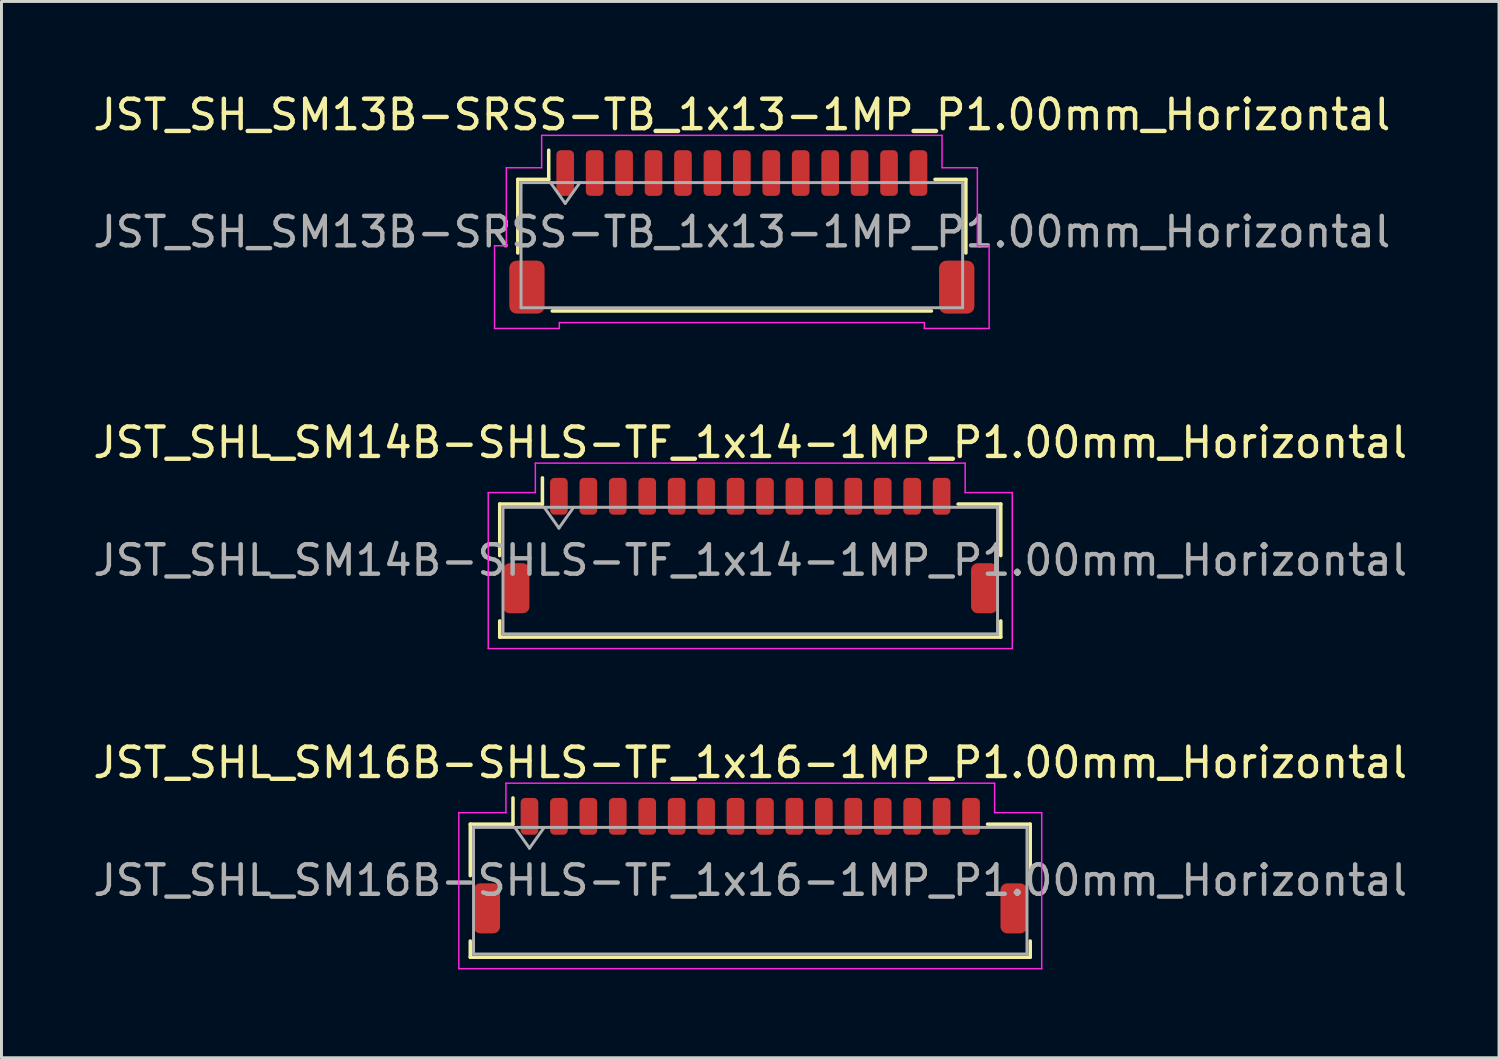
<source format=kicad_pcb>
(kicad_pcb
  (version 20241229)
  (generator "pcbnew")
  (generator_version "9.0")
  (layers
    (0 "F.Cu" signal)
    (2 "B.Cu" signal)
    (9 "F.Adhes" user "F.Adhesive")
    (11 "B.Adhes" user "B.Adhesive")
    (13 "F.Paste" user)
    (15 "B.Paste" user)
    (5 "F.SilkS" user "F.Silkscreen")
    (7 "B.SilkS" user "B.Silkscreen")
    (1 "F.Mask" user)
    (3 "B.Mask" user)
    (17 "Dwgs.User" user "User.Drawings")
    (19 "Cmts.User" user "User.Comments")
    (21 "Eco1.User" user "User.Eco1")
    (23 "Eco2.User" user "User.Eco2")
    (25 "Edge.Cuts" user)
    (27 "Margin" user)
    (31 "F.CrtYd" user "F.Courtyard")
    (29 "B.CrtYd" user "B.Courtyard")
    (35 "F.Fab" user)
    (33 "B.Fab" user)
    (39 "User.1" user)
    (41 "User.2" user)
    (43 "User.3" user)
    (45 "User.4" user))
  (footprint "JST_SH_SM13B-SRSS-TB_1x13-1MP_P1.00mm_Horizontal"
    (layer "F.Cu")
    (at 22.149 4.828)
    (property "Reference" "JST_SH_SM13B-SRSS-TB_1x13-1MP_P1.00mm_Horizontal" (at 0 -3.98 0) (layer "F.SilkS") (effects (font (size 1 1) (thickness 0.15))))
    (attr smd)
    (fp_line (start -7.61 -1.785) (end -6.56 -1.785) (stroke (width 0.12) (type solid)) (layer "F.SilkS"))
    (fp_line (start -7.61 0.715) (end -7.61 -1.785) (stroke (width 0.12) (type solid)) (layer "F.SilkS"))
    (fp_line (start -6.56 -1.785) (end -6.56 -2.775) (stroke (width 0.12) (type solid)) (layer "F.SilkS"))
    (fp_line (start -6.44 2.685) (end 6.44 2.685) (stroke (width 0.12) (type solid)) (layer "F.SilkS"))
    (fp_line (start 7.61 -1.785) (end 6.56 -1.785) (stroke (width 0.12) (type solid)) (layer "F.SilkS"))
    (fp_line (start 7.61 0.715) (end 7.61 -1.785) (stroke (width 0.12) (type solid)) (layer "F.SilkS"))
    (fp_line (start -8.4 0.47) (end -8 0.47) (stroke (width 0.05) (type solid)) (layer "F.CrtYd"))
    (fp_line (start -8.4 3.28) (end -8.4 0.47) (stroke (width 0.05) (type solid)) (layer "F.CrtYd"))
    (fp_line (start -8 -2.18) (end -6.8 -2.18) (stroke (width 0.05) (type solid)) (layer "F.CrtYd"))
    (fp_line (start -8 0.47) (end -8 -2.18) (stroke (width 0.05) (type solid)) (layer "F.CrtYd"))
    (fp_line (start -6.8 -3.28) (end 6.8 -3.28) (stroke (width 0.05) (type solid)) (layer "F.CrtYd"))
    (fp_line (start -6.8 -2.18) (end -6.8 -3.28) (stroke (width 0.05) (type solid)) (layer "F.CrtYd"))
    (fp_line (start -6.2 3.08) (end -6.2 3.28) (stroke (width 0.05) (type solid)) (layer "F.CrtYd"))
    (fp_line (start -6.2 3.28) (end -8.4 3.28) (stroke (width 0.05) (type solid)) (layer "F.CrtYd"))
    (fp_line (start 6.2 3.08) (end -6.2 3.08) (stroke (width 0.05) (type solid)) (layer "F.CrtYd"))
    (fp_line (start 6.2 3.28) (end 6.2 3.08) (stroke (width 0.05) (type solid)) (layer "F.CrtYd"))
    (fp_line (start 6.8 -3.28) (end 6.8 -2.18) (stroke (width 0.05) (type solid)) (layer "F.CrtYd"))
    (fp_line (start 6.8 -2.18) (end 8 -2.18) (stroke (width 0.05) (type solid)) (layer "F.CrtYd"))
    (fp_line (start 8 -2.18) (end 8 0.47) (stroke (width 0.05) (type solid)) (layer "F.CrtYd"))
    (fp_line (start 8 0.47) (end 8.4 0.47) (stroke (width 0.05) (type solid)) (layer "F.CrtYd"))
    (fp_line (start 8.4 0.47) (end 8.4 3.28) (stroke (width 0.05) (type solid)) (layer "F.CrtYd"))
    (fp_line (start 8.4 3.28) (end 6.2 3.28) (stroke (width 0.05) (type solid)) (layer "F.CrtYd"))
    (fp_line (start -7.5 -1.675) (end -7.5 2.575) (stroke (width 0.1) (type solid)) (layer "F.Fab"))
    (fp_line (start -7.5 -1.675) (end 7.5 -1.675) (stroke (width 0.1) (type solid)) (layer "F.Fab"))
    (fp_line (start -7.5 2.575) (end 7.5 2.575) (stroke (width 0.1) (type solid)) (layer "F.Fab"))
    (fp_line (start -6.5 -1.675) (end -6 -0.968) (stroke (width 0.1) (type solid)) (layer "F.Fab"))
    (fp_line (start -6 -0.968) (end -5.5 -1.675) (stroke (width 0.1) (type solid)) (layer "F.Fab"))
    (fp_line (start 7.5 -1.675) (end 7.5 2.575) (stroke (width 0.1) (type solid)) (layer "F.Fab"))
    (fp_text user "${REFERENCE}" (at 0 0 0) (layer "F.Fab") (effects (font (size 1 1) (thickness 0.15))))
    (pad "1" smd roundrect (at -6 -2) (size 0.6 1.55) (layers "F.Cu" "F.Mask" "F.Paste") (roundrect_rratio 0.25))
    (pad "2" smd roundrect (at -5 -2) (size 0.6 1.55) (layers "F.Cu" "F.Mask" "F.Paste") (roundrect_rratio 0.25))
    (pad "3" smd roundrect (at -4 -2) (size 0.6 1.55) (layers "F.Cu" "F.Mask" "F.Paste") (roundrect_rratio 0.25))
    (pad "4" smd roundrect (at -3 -2) (size 0.6 1.55) (layers "F.Cu" "F.Mask" "F.Paste") (roundrect_rratio 0.25))
    (pad "5" smd roundrect (at -2 -2) (size 0.6 1.55) (layers "F.Cu" "F.Mask" "F.Paste") (roundrect_rratio 0.25))
    (pad "6" smd roundrect (at -1 -2) (size 0.6 1.55) (layers "F.Cu" "F.Mask" "F.Paste") (roundrect_rratio 0.25))
    (pad "7" smd roundrect (at 0 -2) (size 0.6 1.55) (layers "F.Cu" "F.Mask" "F.Paste") (roundrect_rratio 0.25))
    (pad "8" smd roundrect (at 1 -2) (size 0.6 1.55) (layers "F.Cu" "F.Mask" "F.Paste") (roundrect_rratio 0.25))
    (pad "9" smd roundrect (at 2 -2) (size 0.6 1.55) (layers "F.Cu" "F.Mask" "F.Paste") (roundrect_rratio 0.25))
    (pad "10" smd roundrect (at 3 -2) (size 0.6 1.55) (layers "F.Cu" "F.Mask" "F.Paste") (roundrect_rratio 0.25))
    (pad "11" smd roundrect (at 4 -2) (size 0.6 1.55) (layers "F.Cu" "F.Mask" "F.Paste") (roundrect_rratio 0.25))
    (pad "12" smd roundrect (at 5 -2) (size 0.6 1.55) (layers "F.Cu" "F.Mask" "F.Paste") (roundrect_rratio 0.25))
    (pad "13" smd roundrect (at 6 -2) (size 0.6 1.55) (layers "F.Cu" "F.Mask" "F.Paste") (roundrect_rratio 0.25))
    (pad "MP" smd roundrect (at -7.3 1.875) (size 1.2 1.8) (layers "F.Cu" "F.Mask" "F.Paste") (roundrect_rratio 0.208))
    (pad "MP" smd roundrect (at 7.3 1.875) (size 1.2 1.8) (layers "F.Cu" "F.Mask" "F.Paste") (roundrect_rratio 0.208)))
  (footprint "JST_SHL_SM16B-SHLS-TF_1x16-1MP_P1.00mm_Horizontal"
    (layer "F.Cu")
    (at 22.435 26.355)
    (property "Reference" "JST_SHL_SM16B-SHLS-TF_1x16-1MP_P1.00mm_Horizontal" (at 0 -3.5 0) (layer "F.SilkS") (effects (font (size 1 1) (thickness 0.15))))
    (attr smd)
    (fp_line (start -9.51 -1.41) (end -8.06 -1.41) (stroke (width 0.12) (type solid)) (layer "F.SilkS"))
    (fp_line (start -9.51 0.34) (end -9.51 -1.41) (stroke (width 0.12) (type solid)) (layer "F.SilkS"))
    (fp_line (start -9.51 2.56) (end -9.51 3.11) (stroke (width 0.12) (type solid)) (layer "F.SilkS"))
    (fp_line (start -9.51 3.11) (end 9.51 3.11) (stroke (width 0.12) (type solid)) (layer "F.SilkS"))
    (fp_line (start -8.06 -1.41) (end -8.06 -2.3) (stroke (width 0.12) (type solid)) (layer "F.SilkS"))
    (fp_line (start 9.51 -1.41) (end 8.06 -1.41) (stroke (width 0.12) (type solid)) (layer "F.SilkS"))
    (fp_line (start 9.51 0.34) (end 9.51 -1.41) (stroke (width 0.12) (type solid)) (layer "F.SilkS"))
    (fp_line (start 9.51 3.11) (end 9.51 2.56) (stroke (width 0.12) (type solid)) (layer "F.SilkS"))
    (fp_line (start -9.9 -1.8) (end -8.3 -1.8) (stroke (width 0.05) (type solid)) (layer "F.CrtYd"))
    (fp_line (start -9.9 3.5) (end -9.9 -1.8) (stroke (width 0.05) (type solid)) (layer "F.CrtYd"))
    (fp_line (start -8.3 -2.8) (end 8.3 -2.8) (stroke (width 0.05) (type solid)) (layer "F.CrtYd"))
    (fp_line (start -8.3 -1.8) (end -8.3 -2.8) (stroke (width 0.05) (type solid)) (layer "F.CrtYd"))
    (fp_line (start 8.3 -2.8) (end 8.3 -1.8) (stroke (width 0.05) (type solid)) (layer "F.CrtYd"))
    (fp_line (start 8.3 -1.8) (end 9.9 -1.8) (stroke (width 0.05) (type solid)) (layer "F.CrtYd"))
    (fp_line (start 9.9 -1.8) (end 9.9 3.5) (stroke (width 0.05) (type solid)) (layer "F.CrtYd"))
    (fp_line (start 9.9 3.5) (end -9.9 3.5) (stroke (width 0.05) (type solid)) (layer "F.CrtYd"))
    (fp_line (start -9.4 -1.3) (end -9.4 3) (stroke (width 0.1) (type solid)) (layer "F.Fab"))
    (fp_line (start -9.4 -1.3) (end 9.4 -1.3) (stroke (width 0.1) (type solid)) (layer "F.Fab"))
    (fp_line (start -9.4 3) (end 9.4 3) (stroke (width 0.1) (type solid)) (layer "F.Fab"))
    (fp_line (start -8 -1.3) (end -7.5 -0.593) (stroke (width 0.1) (type solid)) (layer "F.Fab"))
    (fp_line (start -7.5 -0.593) (end -7 -1.3) (stroke (width 0.1) (type solid)) (layer "F.Fab"))
    (fp_line (start 9.4 -1.3) (end 9.4 3) (stroke (width 0.1) (type solid)) (layer "F.Fab"))
    (fp_text user "${REFERENCE}" (at 0 0.5 0) (layer "F.Fab") (effects (font (size 1 1) (thickness 0.15))))
    (pad "1" smd roundrect (at -7.5 -1.675) (size 0.6 1.25) (layers "F.Cu" "F.Mask" "F.Paste") (roundrect_rratio 0.25))
    (pad "2" smd roundrect (at -6.5 -1.675) (size 0.6 1.25) (layers "F.Cu" "F.Mask" "F.Paste") (roundrect_rratio 0.25))
    (pad "3" smd roundrect (at -5.5 -1.675) (size 0.6 1.25) (layers "F.Cu" "F.Mask" "F.Paste") (roundrect_rratio 0.25))
    (pad "4" smd roundrect (at -4.5 -1.675) (size 0.6 1.25) (layers "F.Cu" "F.Mask" "F.Paste") (roundrect_rratio 0.25))
    (pad "5" smd roundrect (at -3.5 -1.675) (size 0.6 1.25) (layers "F.Cu" "F.Mask" "F.Paste") (roundrect_rratio 0.25))
    (pad "6" smd roundrect (at -2.5 -1.675) (size 0.6 1.25) (layers "F.Cu" "F.Mask" "F.Paste") (roundrect_rratio 0.25))
    (pad "7" smd roundrect (at -1.5 -1.675) (size 0.6 1.25) (layers "F.Cu" "F.Mask" "F.Paste") (roundrect_rratio 0.25))
    (pad "8" smd roundrect (at -0.5 -1.675) (size 0.6 1.25) (layers "F.Cu" "F.Mask" "F.Paste") (roundrect_rratio 0.25))
    (pad "9" smd roundrect (at 0.5 -1.675) (size 0.6 1.25) (layers "F.Cu" "F.Mask" "F.Paste") (roundrect_rratio 0.25))
    (pad "10" smd roundrect (at 1.5 -1.675) (size 0.6 1.25) (layers "F.Cu" "F.Mask" "F.Paste") (roundrect_rratio 0.25))
    (pad "11" smd roundrect (at 2.5 -1.675) (size 0.6 1.25) (layers "F.Cu" "F.Mask" "F.Paste") (roundrect_rratio 0.25))
    (pad "12" smd roundrect (at 3.5 -1.675) (size 0.6 1.25) (layers "F.Cu" "F.Mask" "F.Paste") (roundrect_rratio 0.25))
    (pad "13" smd roundrect (at 4.5 -1.675) (size 0.6 1.25) (layers "F.Cu" "F.Mask" "F.Paste") (roundrect_rratio 0.25))
    (pad "14" smd roundrect (at 5.5 -1.675) (size 0.6 1.25) (layers "F.Cu" "F.Mask" "F.Paste") (roundrect_rratio 0.25))
    (pad "15" smd roundrect (at 6.5 -1.675) (size 0.6 1.25) (layers "F.Cu" "F.Mask" "F.Paste") (roundrect_rratio 0.25))
    (pad "16" smd roundrect (at 7.5 -1.675) (size 0.6 1.25) (layers "F.Cu" "F.Mask" "F.Paste") (roundrect_rratio 0.25))
    (pad "MP" smd roundrect (at -8.95 1.45) (size 0.9 1.7) (layers "F.Cu" "F.Mask" "F.Paste") (roundrect_rratio 0.25))
    (pad "MP" smd roundrect (at 8.95 1.45) (size 0.9 1.7) (layers "F.Cu" "F.Mask" "F.Paste") (roundrect_rratio 0.25)))
  (footprint "JST_SHL_SM14B-SHLS-TF_1x14-1MP_P1.00mm_Horizontal"
    (layer "F.Cu")
    (at 22.435 15.482)
    (property "Reference" "JST_SHL_SM14B-SHLS-TF_1x14-1MP_P1.00mm_Horizontal" (at 0 -3.5 0) (layer "F.SilkS") (effects (font (size 1 1) (thickness 0.15))))
    (attr smd)
    (fp_line (start -8.51 -1.41) (end -7.06 -1.41) (stroke (width 0.12) (type solid)) (layer "F.SilkS"))
    (fp_line (start -8.51 0.34) (end -8.51 -1.41) (stroke (width 0.12) (type solid)) (layer "F.SilkS"))
    (fp_line (start -8.51 2.56) (end -8.51 3.11) (stroke (width 0.12) (type solid)) (layer "F.SilkS"))
    (fp_line (start -8.51 3.11) (end 8.51 3.11) (stroke (width 0.12) (type solid)) (layer "F.SilkS"))
    (fp_line (start -7.06 -1.41) (end -7.06 -2.3) (stroke (width 0.12) (type solid)) (layer "F.SilkS"))
    (fp_line (start 8.51 -1.41) (end 7.06 -1.41) (stroke (width 0.12) (type solid)) (layer "F.SilkS"))
    (fp_line (start 8.51 0.34) (end 8.51 -1.41) (stroke (width 0.12) (type solid)) (layer "F.SilkS"))
    (fp_line (start 8.51 3.11) (end 8.51 2.56) (stroke (width 0.12) (type solid)) (layer "F.SilkS"))
    (fp_line (start -8.9 -1.8) (end -7.3 -1.8) (stroke (width 0.05) (type solid)) (layer "F.CrtYd"))
    (fp_line (start -8.9 3.5) (end -8.9 -1.8) (stroke (width 0.05) (type solid)) (layer "F.CrtYd"))
    (fp_line (start -7.3 -2.8) (end 7.3 -2.8) (stroke (width 0.05) (type solid)) (layer "F.CrtYd"))
    (fp_line (start -7.3 -1.8) (end -7.3 -2.8) (stroke (width 0.05) (type solid)) (layer "F.CrtYd"))
    (fp_line (start 7.3 -2.8) (end 7.3 -1.8) (stroke (width 0.05) (type solid)) (layer "F.CrtYd"))
    (fp_line (start 7.3 -1.8) (end 8.9 -1.8) (stroke (width 0.05) (type solid)) (layer "F.CrtYd"))
    (fp_line (start 8.9 -1.8) (end 8.9 3.5) (stroke (width 0.05) (type solid)) (layer "F.CrtYd"))
    (fp_line (start 8.9 3.5) (end -8.9 3.5) (stroke (width 0.05) (type solid)) (layer "F.CrtYd"))
    (fp_line (start -8.4 -1.3) (end -8.4 3) (stroke (width 0.1) (type solid)) (layer "F.Fab"))
    (fp_line (start -8.4 -1.3) (end 8.4 -1.3) (stroke (width 0.1) (type solid)) (layer "F.Fab"))
    (fp_line (start -8.4 3) (end 8.4 3) (stroke (width 0.1) (type solid)) (layer "F.Fab"))
    (fp_line (start -7 -1.3) (end -6.5 -0.593) (stroke (width 0.1) (type solid)) (layer "F.Fab"))
    (fp_line (start -6.5 -0.593) (end -6 -1.3) (stroke (width 0.1) (type solid)) (layer "F.Fab"))
    (fp_line (start 8.4 -1.3) (end 8.4 3) (stroke (width 0.1) (type solid)) (layer "F.Fab"))
    (fp_text user "${REFERENCE}" (at 0 0.5 0) (layer "F.Fab") (effects (font (size 1 1) (thickness 0.15))))
    (pad "1" smd roundrect (at -6.5 -1.675) (size 0.6 1.25) (layers "F.Cu" "F.Mask" "F.Paste") (roundrect_rratio 0.25))
    (pad "2" smd roundrect (at -5.5 -1.675) (size 0.6 1.25) (layers "F.Cu" "F.Mask" "F.Paste") (roundrect_rratio 0.25))
    (pad "3" smd roundrect (at -4.5 -1.675) (size 0.6 1.25) (layers "F.Cu" "F.Mask" "F.Paste") (roundrect_rratio 0.25))
    (pad "4" smd roundrect (at -3.5 -1.675) (size 0.6 1.25) (layers "F.Cu" "F.Mask" "F.Paste") (roundrect_rratio 0.25))
    (pad "5" smd roundrect (at -2.5 -1.675) (size 0.6 1.25) (layers "F.Cu" "F.Mask" "F.Paste") (roundrect_rratio 0.25))
    (pad "6" smd roundrect (at -1.5 -1.675) (size 0.6 1.25) (layers "F.Cu" "F.Mask" "F.Paste") (roundrect_rratio 0.25))
    (pad "7" smd roundrect (at -0.5 -1.675) (size 0.6 1.25) (layers "F.Cu" "F.Mask" "F.Paste") (roundrect_rratio 0.25))
    (pad "8" smd roundrect (at 0.5 -1.675) (size 0.6 1.25) (layers "F.Cu" "F.Mask" "F.Paste") (roundrect_rratio 0.25))
    (pad "9" smd roundrect (at 1.5 -1.675) (size 0.6 1.25) (layers "F.Cu" "F.Mask" "F.Paste") (roundrect_rratio 0.25))
    (pad "10" smd roundrect (at 2.5 -1.675) (size 0.6 1.25) (layers "F.Cu" "F.Mask" "F.Paste") (roundrect_rratio 0.25))
    (pad "11" smd roundrect (at 3.5 -1.675) (size 0.6 1.25) (layers "F.Cu" "F.Mask" "F.Paste") (roundrect_rratio 0.25))
    (pad "12" smd roundrect (at 4.5 -1.675) (size 0.6 1.25) (layers "F.Cu" "F.Mask" "F.Paste") (roundrect_rratio 0.25))
    (pad "13" smd roundrect (at 5.5 -1.675) (size 0.6 1.25) (layers "F.Cu" "F.Mask" "F.Paste") (roundrect_rratio 0.25))
    (pad "14" smd roundrect (at 6.5 -1.675) (size 0.6 1.25) (layers "F.Cu" "F.Mask" "F.Paste") (roundrect_rratio 0.25))
    (pad "MP" smd roundrect (at -7.95 1.45) (size 0.9 1.7) (layers "F.Cu" "F.Mask" "F.Paste") (roundrect_rratio 0.25))
    (pad "MP" smd roundrect (at 7.95 1.45) (size 0.9 1.7) (layers "F.Cu" "F.Mask" "F.Paste") (roundrect_rratio 0.25)))
  (gr_rect
    (start -3 -3)
    (end 47.869 32.88)
    (stroke (width 0.1) (type default))
    (fill no)
    (layer "Edge.Cuts")))
</source>
